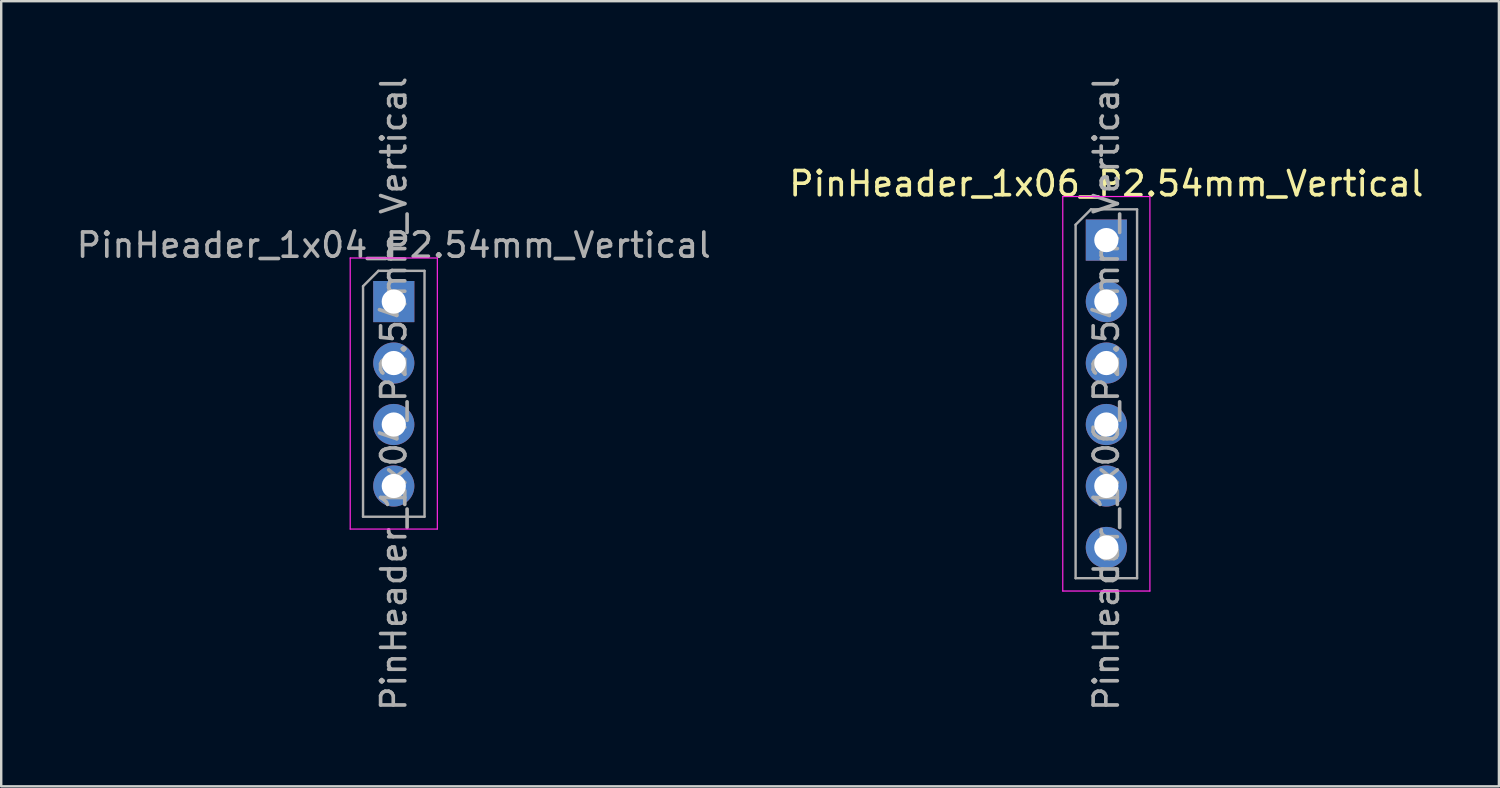
<source format=kicad_pcb>
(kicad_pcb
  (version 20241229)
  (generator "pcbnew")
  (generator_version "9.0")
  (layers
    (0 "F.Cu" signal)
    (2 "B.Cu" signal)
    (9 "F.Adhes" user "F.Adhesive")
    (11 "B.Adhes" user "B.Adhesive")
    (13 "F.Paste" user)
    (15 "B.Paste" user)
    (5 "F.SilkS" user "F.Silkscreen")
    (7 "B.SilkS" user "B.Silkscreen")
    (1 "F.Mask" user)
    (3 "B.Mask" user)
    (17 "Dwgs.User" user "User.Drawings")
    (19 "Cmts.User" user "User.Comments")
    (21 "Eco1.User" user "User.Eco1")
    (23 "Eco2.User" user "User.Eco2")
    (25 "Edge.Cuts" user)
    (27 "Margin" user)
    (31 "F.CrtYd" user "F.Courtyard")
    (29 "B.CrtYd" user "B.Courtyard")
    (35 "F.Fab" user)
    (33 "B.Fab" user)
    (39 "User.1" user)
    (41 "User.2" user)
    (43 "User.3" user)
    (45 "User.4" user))
  (footprint "PinHeader_1x06_P2.54mm_Vertical"
    (layer "F.Cu")
    (at 42.661 6.87)
    (property "Reference" "PinHeader_1x06_P2.54mm_Vertical" (at 0 -2.33 0) (layer "F.SilkS") (effects (font (size 1 1) (thickness 0.15))))
    (attr through_hole)
    (fp_line (start -1.8 -1.8) (end -1.8 14.5) (stroke (width 0.05) (type solid)) (layer "F.CrtYd"))
    (fp_line (start -1.8 14.5) (end 1.8 14.5) (stroke (width 0.05) (type solid)) (layer "F.CrtYd"))
    (fp_line (start 1.8 -1.8) (end -1.8 -1.8) (stroke (width 0.05) (type solid)) (layer "F.CrtYd"))
    (fp_line (start 1.8 14.5) (end 1.8 -1.8) (stroke (width 0.05) (type solid)) (layer "F.CrtYd"))
    (fp_line (start -1.27 -0.635) (end -0.635 -1.27) (stroke (width 0.1) (type solid)) (layer "F.Fab"))
    (fp_line (start -1.27 13.97) (end -1.27 -0.635) (stroke (width 0.1) (type solid)) (layer "F.Fab"))
    (fp_line (start -0.635 -1.27) (end 1.27 -1.27) (stroke (width 0.1) (type solid)) (layer "F.Fab"))
    (fp_line (start 1.27 -1.27) (end 1.27 13.97) (stroke (width 0.1) (type solid)) (layer "F.Fab"))
    (fp_line (start 1.27 13.97) (end -1.27 13.97) (stroke (width 0.1) (type solid)) (layer "F.Fab"))
    (fp_text user "${REFERENCE}" (at 0 6.35 90) (layer "F.Fab") (effects (font (size 1 1) (thickness 0.15))))
    (pad "1" thru_hole rect (at 0 0) (size 1.7 1.7) (drill 1) (layers "*.Cu" "*.Mask"))
    (pad "2" thru_hole oval (at 0 2.54) (size 1.7 1.7) (drill 1) (layers "*.Cu" "*.Mask"))
    (pad "3" thru_hole oval (at 0 5.08) (size 1.7 1.7) (drill 1) (layers "*.Cu" "*.Mask"))
    (pad "4" thru_hole oval (at 0 7.62) (size 1.7 1.7) (drill 1) (layers "*.Cu" "*.Mask"))
    (pad "5" thru_hole oval (at 0 10.16) (size 1.7 1.7) (drill 1) (layers "*.Cu" "*.Mask"))
    (pad "6" thru_hole oval (at 0 12.7) (size 1.7 1.7) (drill 1) (layers "*.Cu" "*.Mask")))
  (footprint "PinHeader_1x04_P2.54mm_Vertical"
    (layer "F.Cu")
    (at 13.22 9.41)
    (property "Reference" "PinHeader_1x04_P2.54mm_Vertical" (at 0 -2.33 0) (layer "F.Fab") (effects (font (size 1 1) (thickness 0.15))))
    (attr through_hole)
    (fp_line (start -1.8 -1.8) (end -1.8 9.4) (stroke (width 0.05) (type solid)) (layer "F.CrtYd"))
    (fp_line (start -1.8 9.4) (end 1.8 9.4) (stroke (width 0.05) (type solid)) (layer "F.CrtYd"))
    (fp_line (start 1.8 -1.8) (end -1.8 -1.8) (stroke (width 0.05) (type solid)) (layer "F.CrtYd"))
    (fp_line (start 1.8 9.4) (end 1.8 -1.8) (stroke (width 0.05) (type solid)) (layer "F.CrtYd"))
    (fp_line (start -1.27 -0.635) (end -0.635 -1.27) (stroke (width 0.1) (type solid)) (layer "F.Fab"))
    (fp_line (start -1.27 8.89) (end -1.27 -0.635) (stroke (width 0.1) (type solid)) (layer "F.Fab"))
    (fp_line (start -0.635 -1.27) (end 1.27 -1.27) (stroke (width 0.1) (type solid)) (layer "F.Fab"))
    (fp_line (start 1.27 -1.27) (end 1.27 8.89) (stroke (width 0.1) (type solid)) (layer "F.Fab"))
    (fp_line (start 1.27 8.89) (end -1.27 8.89) (stroke (width 0.1) (type solid)) (layer "F.Fab"))
    (fp_text user "${REFERENCE}" (at 0 3.81 90) (layer "F.Fab") (effects (font (size 1 1) (thickness 0.15))))
    (pad "1" thru_hole rect (at 0 0) (size 1.7 1.7) (drill 1) (layers "*.Cu" "*.Mask"))
    (pad "2" thru_hole oval (at 0 2.54) (size 1.7 1.7) (drill 1) (layers "*.Cu" "*.Mask"))
    (pad "3" thru_hole oval (at 0 5.08) (size 1.7 1.7) (drill 1) (layers "*.Cu" "*.Mask"))
    (pad "4" thru_hole oval (at 0 7.62) (size 1.7 1.7) (drill 1) (layers "*.Cu" "*.Mask")))
  (gr_rect
    (start -3 -3)
    (end 58.881 29.44)
    (stroke (width 0.1) (type default))
    (fill no)
    (layer "Edge.Cuts")))
</source>
